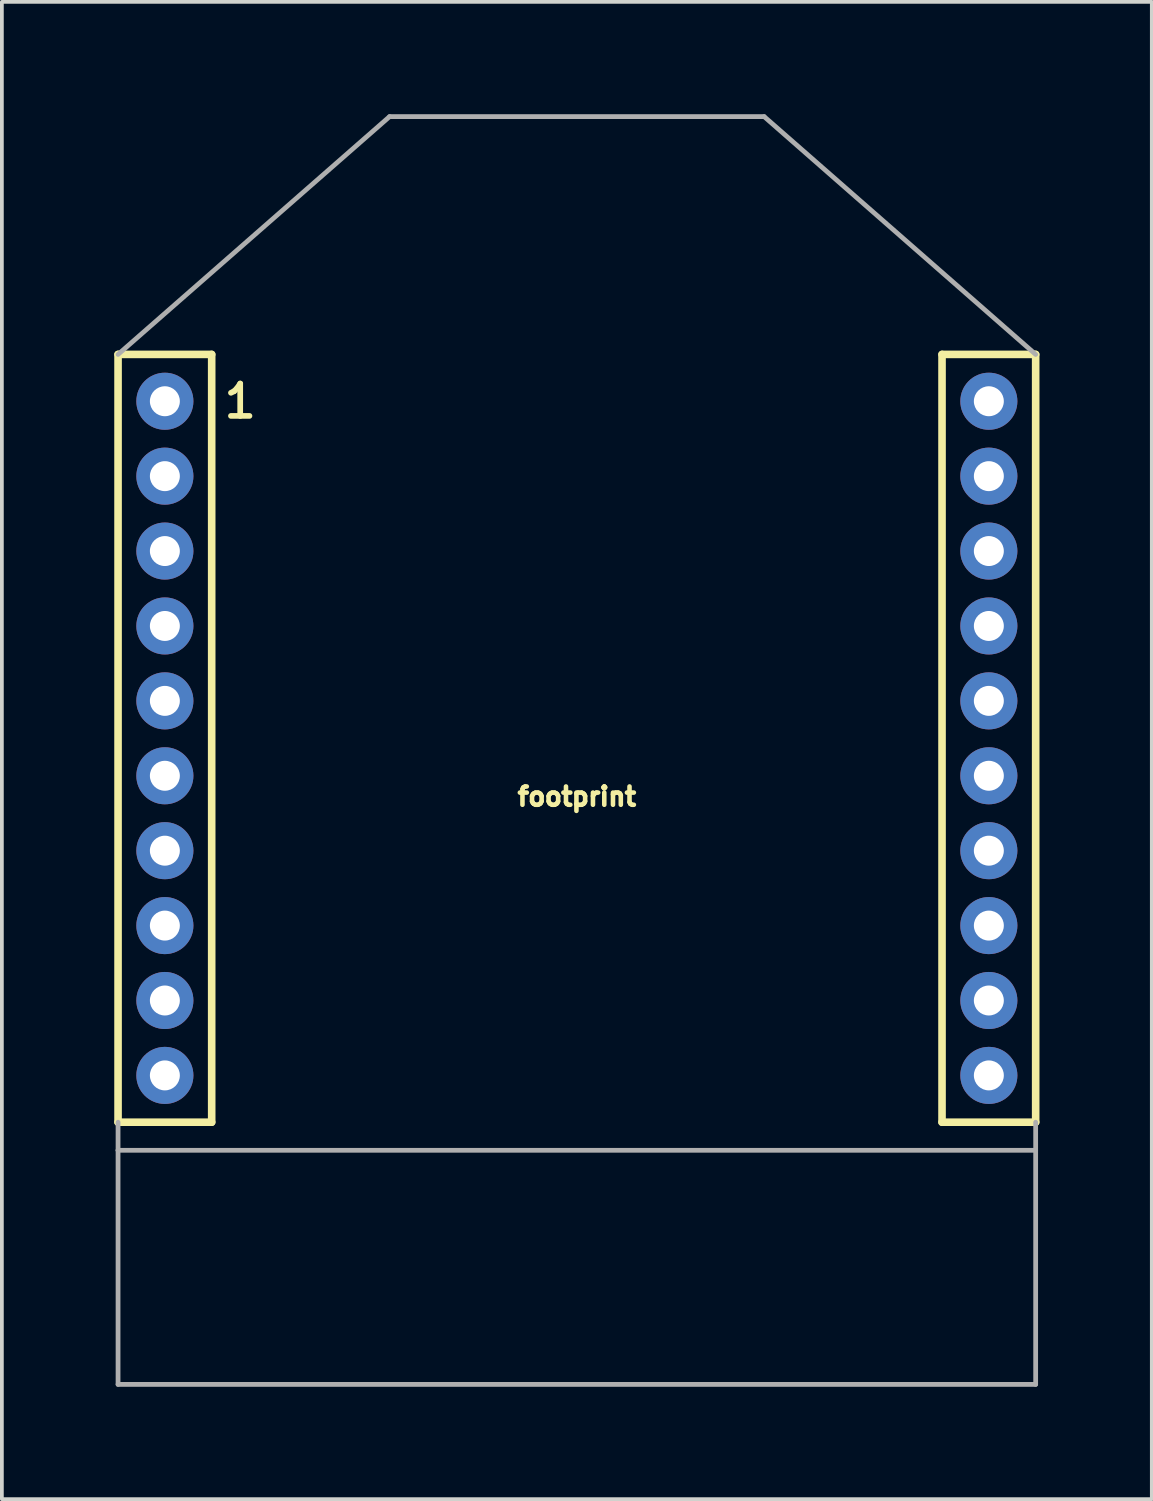
<source format=kicad_pcb>
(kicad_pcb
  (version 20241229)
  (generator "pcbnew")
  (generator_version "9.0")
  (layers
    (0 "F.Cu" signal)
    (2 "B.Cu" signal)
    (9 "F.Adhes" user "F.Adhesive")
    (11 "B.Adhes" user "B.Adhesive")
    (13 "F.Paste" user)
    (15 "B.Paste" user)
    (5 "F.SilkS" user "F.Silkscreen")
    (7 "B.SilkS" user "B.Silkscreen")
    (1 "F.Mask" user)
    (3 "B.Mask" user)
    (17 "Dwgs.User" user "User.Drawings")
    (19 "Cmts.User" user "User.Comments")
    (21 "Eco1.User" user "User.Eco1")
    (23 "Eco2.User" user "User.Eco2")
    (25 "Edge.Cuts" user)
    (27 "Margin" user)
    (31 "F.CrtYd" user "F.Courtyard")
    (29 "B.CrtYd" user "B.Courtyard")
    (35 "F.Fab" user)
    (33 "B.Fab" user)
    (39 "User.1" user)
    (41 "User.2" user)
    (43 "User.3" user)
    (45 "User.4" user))
  (footprint "footprint"
    (layer "F.Cu")
    (at 12.352 27.663)
    (property "Reference" "footprint" (at 0 -9.16 0) (layer "F.SilkS") (effects (font (size 0.488 0.488) (thickness 0.122)) (justify bottom)))
    (fp_line (start -12.25 -21.25) (end -12.25 -0.75) (stroke (width 0.203) (type solid)) (layer "F.SilkS"))
    (fp_line (start -12.25 -0.75) (end -9.75 -0.75) (stroke (width 0.203) (type solid)) (layer "F.SilkS"))
    (fp_line (start -9.75 -21.25) (end -12.25 -21.25) (stroke (width 0.203) (type solid)) (layer "F.SilkS"))
    (fp_line (start -9.75 -21.25) (end -9.75 -0.75) (stroke (width 0.203) (type solid)) (layer "F.SilkS"))
    (fp_line (start 9.75 -21.25) (end 9.75 -0.75) (stroke (width 0.203) (type solid)) (layer "F.SilkS"))
    (fp_line (start 9.75 -21.25) (end 12.25 -21.25) (stroke (width 0.203) (type solid)) (layer "F.SilkS"))
    (fp_line (start 12.25 -21.25) (end 12.25 -0.75) (stroke (width 0.203) (type solid)) (layer "F.SilkS"))
    (fp_line (start 12.25 -0.75) (end 9.75 -0.75) (stroke (width 0.203) (type solid)) (layer "F.SilkS"))
    (fp_line (start -12.25 -21.25) (end -5 -27.6) (stroke (width 0.127) (type solid)) (layer "F.Fab"))
    (fp_line (start -12.25 -0.75) (end -12.25 0) (stroke (width 0.127) (type solid)) (layer "F.Fab"))
    (fp_line (start -12.25 0) (end -12.25 6.25) (stroke (width 0.127) (type solid)) (layer "F.Fab"))
    (fp_line (start -12.25 0) (end 12.25 0) (stroke (width 0.127) (type solid)) (layer "F.Fab"))
    (fp_line (start -12.25 6.25) (end 12.25 6.25) (stroke (width 0.127) (type solid)) (layer "F.Fab"))
    (fp_line (start -5 -27.6) (end 5 -27.6) (stroke (width 0.127) (type solid)) (layer "F.Fab"))
    (fp_line (start 12.25 -21.25) (end 5 -27.6) (stroke (width 0.127) (type solid)) (layer "F.Fab"))
    (fp_line (start 12.25 -0.75) (end 12.25 0) (stroke (width 0.127) (type solid)) (layer "F.Fab"))
    (fp_line (start 12.25 0) (end 12.25 6.25) (stroke (width 0.127) (type solid)) (layer "F.Fab"))
    (fp_text user "1" (at -9.5 -20 0) (layer "F.SilkS") (effects (font (size 0.864 0.864) (thickness 0.152)) (justify left)))
    (pad "1" thru_hole circle (at -11 -20) (size 1.524 1.524) (drill 0.8) (layers "*.Cu" "*.Mask"))
    (pad "2" thru_hole circle (at -11 -18 180) (size 1.524 1.524) (drill 0.8) (layers "*.Cu" "*.Mask"))
    (pad "3" thru_hole circle (at -11 -16) (size 1.524 1.524) (drill 0.8) (layers "*.Cu" "*.Mask"))
    (pad "4" thru_hole circle (at -11 -14) (size 1.524 1.524) (drill 0.8) (layers "*.Cu" "*.Mask"))
    (pad "5" thru_hole circle (at -11 -12) (size 1.524 1.524) (drill 0.8) (layers "*.Cu" "*.Mask"))
    (pad "6" thru_hole circle (at -11 -10) (size 1.524 1.524) (drill 0.8) (layers "*.Cu" "*.Mask"))
    (pad "7" thru_hole circle (at -11 -8) (size 1.524 1.524) (drill 0.8) (layers "*.Cu" "*.Mask"))
    (pad "8" thru_hole circle (at -11 -6) (size 1.524 1.524) (drill 0.8) (layers "*.Cu" "*.Mask"))
    (pad "9" thru_hole circle (at -11 -4) (size 1.524 1.524) (drill 0.8) (layers "*.Cu" "*.Mask"))
    (pad "10" thru_hole circle (at -11 -2) (size 1.524 1.524) (drill 0.8) (layers "*.Cu" "*.Mask"))
    (pad "11" thru_hole circle (at 11 -2) (size 1.524 1.524) (drill 0.8) (layers "*.Cu" "*.Mask"))
    (pad "12" thru_hole circle (at 11 -4) (size 1.524 1.524) (drill 0.8) (layers "*.Cu" "*.Mask"))
    (pad "13" thru_hole circle (at 11 -6) (size 1.524 1.524) (drill 0.8) (layers "*.Cu" "*.Mask"))
    (pad "14" thru_hole circle (at 11 -8) (size 1.524 1.524) (drill 0.8) (layers "*.Cu" "*.Mask"))
    (pad "15" thru_hole circle (at 11 -10) (size 1.524 1.524) (drill 0.8) (layers "*.Cu" "*.Mask"))
    (pad "16" thru_hole circle (at 11 -12) (size 1.524 1.524) (drill 0.8) (layers "*.Cu" "*.Mask"))
    (pad "17" thru_hole circle (at 11 -14) (size 1.524 1.524) (drill 0.8) (layers "*.Cu" "*.Mask"))
    (pad "18" thru_hole circle (at 11 -16) (size 1.524 1.524) (drill 0.8) (layers "*.Cu" "*.Mask"))
    (pad "19" thru_hole circle (at 11 -18) (size 1.524 1.524) (drill 0.8) (layers "*.Cu" "*.Mask"))
    (pad "20" thru_hole circle (at 11 -20) (size 1.524 1.524) (drill 0.8) (layers "*.Cu" "*.Mask")))
  (gr_rect
    (start -3 -3)
    (end 27.703 36.977)
    (stroke (width 0.1) (type default))
    (fill no)
    (layer "Edge.Cuts")))
</source>
